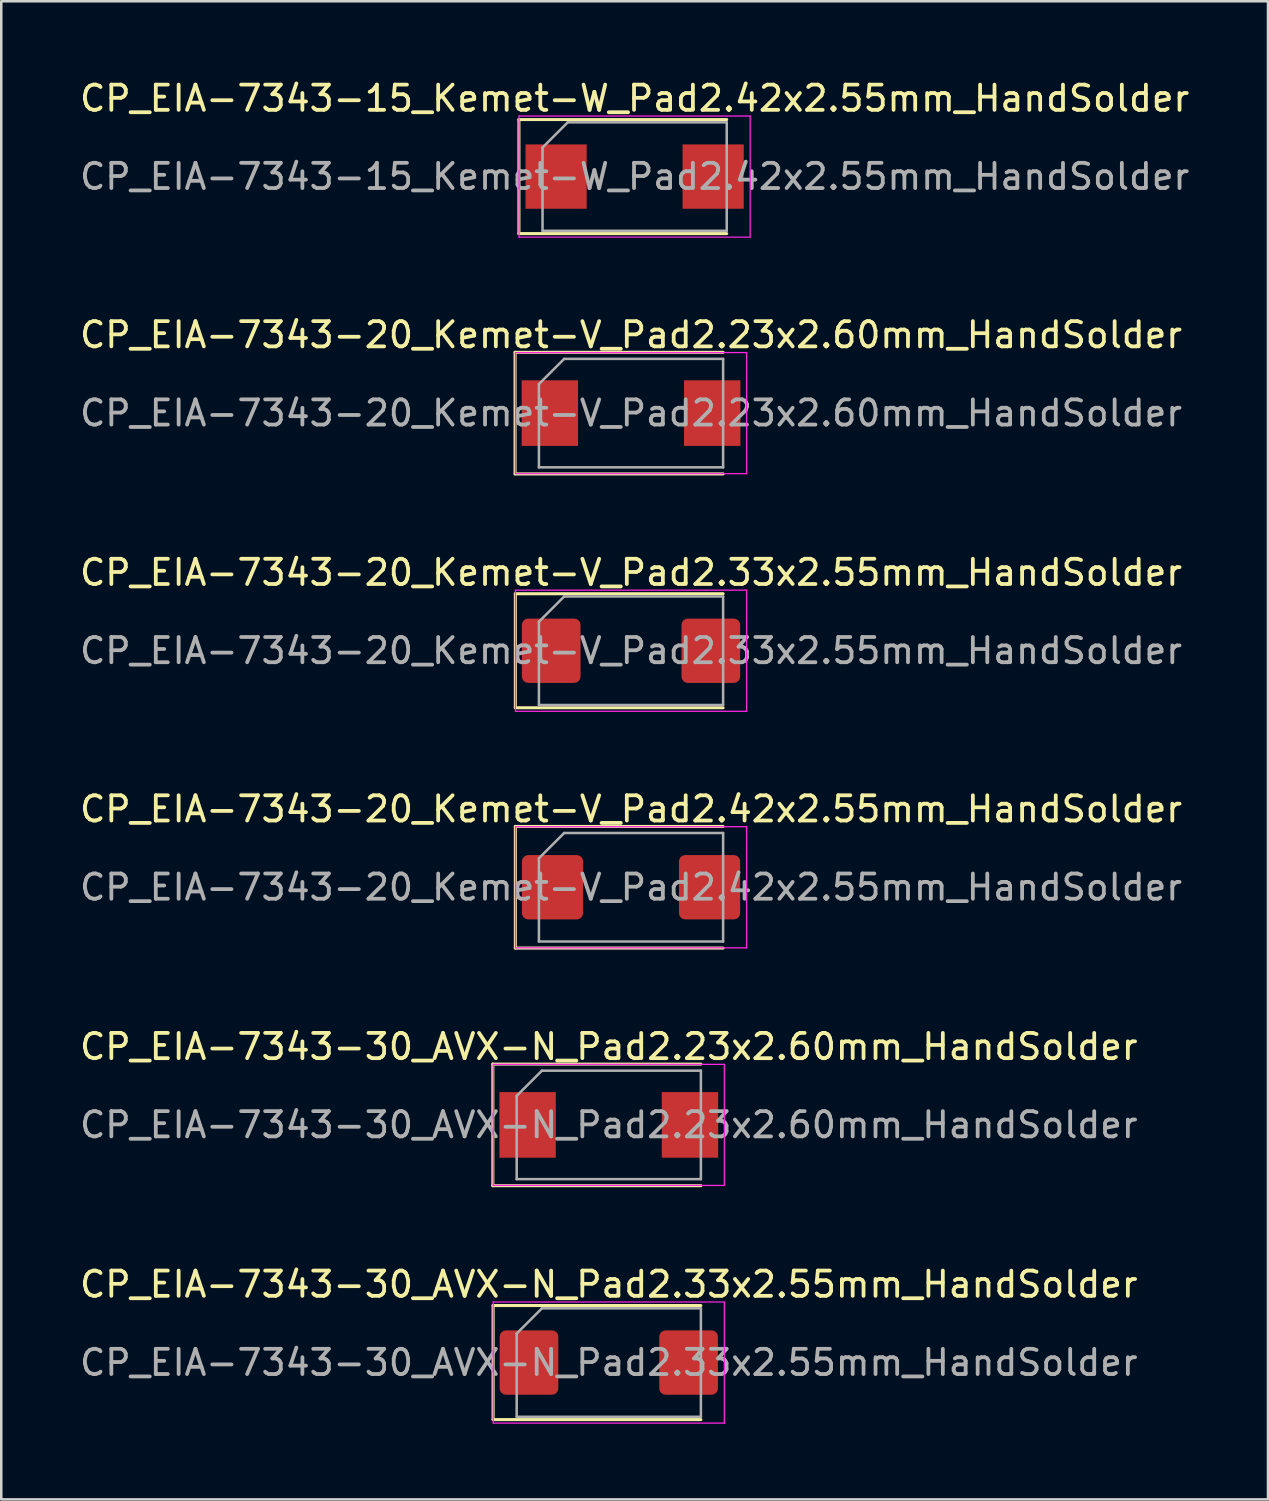
<source format=kicad_pcb>
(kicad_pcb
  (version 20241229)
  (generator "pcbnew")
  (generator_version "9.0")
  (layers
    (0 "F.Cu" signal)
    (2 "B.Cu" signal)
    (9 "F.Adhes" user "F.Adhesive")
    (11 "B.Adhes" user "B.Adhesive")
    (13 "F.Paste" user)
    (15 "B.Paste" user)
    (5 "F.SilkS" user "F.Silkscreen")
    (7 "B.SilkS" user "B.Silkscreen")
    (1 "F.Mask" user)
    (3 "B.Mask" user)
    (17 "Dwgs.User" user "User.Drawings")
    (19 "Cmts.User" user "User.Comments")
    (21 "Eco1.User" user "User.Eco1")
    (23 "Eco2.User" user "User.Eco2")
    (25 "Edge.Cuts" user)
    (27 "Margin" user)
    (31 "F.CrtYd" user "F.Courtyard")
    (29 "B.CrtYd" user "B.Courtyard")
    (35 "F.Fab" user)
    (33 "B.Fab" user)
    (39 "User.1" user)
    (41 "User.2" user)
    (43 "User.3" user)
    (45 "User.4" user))
  (footprint "CP_EIA-7343-20_Kemet-V_Pad2.33x2.55mm_HandSolder"
    (layer "F.Cu")
    (at 21.958 22.74)
    (property "Reference" "CP_EIA-7343-20_Kemet-V_Pad2.33x2.55mm_HandSolder" (at 0 -3.1 0) (layer "F.SilkS") (effects (font (size 1 1) (thickness 0.15))))
    (attr smd)
    (fp_line (start -4.585 -2.26) (end -4.585 2.26) (stroke (width 0.12) (type solid)) (layer "F.SilkS"))
    (fp_line (start -4.585 2.26) (end 3.65 2.26) (stroke (width 0.12) (type solid)) (layer "F.SilkS"))
    (fp_line (start 3.65 -2.26) (end -4.585 -2.26) (stroke (width 0.12) (type solid)) (layer "F.SilkS"))
    (fp_line (start -4.58 -2.4) (end 4.58 -2.4) (stroke (width 0.05) (type solid)) (layer "F.CrtYd"))
    (fp_line (start -4.58 2.4) (end -4.58 -2.4) (stroke (width 0.05) (type solid)) (layer "F.CrtYd"))
    (fp_line (start 4.58 -2.4) (end 4.58 2.4) (stroke (width 0.05) (type solid)) (layer "F.CrtYd"))
    (fp_line (start 4.58 2.4) (end -4.58 2.4) (stroke (width 0.05) (type solid)) (layer "F.CrtYd"))
    (fp_line (start -3.65 -1.15) (end -3.65 2.15) (stroke (width 0.1) (type solid)) (layer "F.Fab"))
    (fp_line (start -3.65 2.15) (end 3.65 2.15) (stroke (width 0.1) (type solid)) (layer "F.Fab"))
    (fp_line (start -2.65 -2.15) (end -3.65 -1.15) (stroke (width 0.1) (type solid)) (layer "F.Fab"))
    (fp_line (start 3.65 -2.15) (end -2.65 -2.15) (stroke (width 0.1) (type solid)) (layer "F.Fab"))
    (fp_line (start 3.65 2.15) (end 3.65 -2.15) (stroke (width 0.1) (type solid)) (layer "F.Fab"))
    (fp_text user "${REFERENCE}" (at 0 0 0) (layer "F.Fab") (effects (font (size 1 1) (thickness 0.15))))
    (pad "1" smd roundrect (at -3.163 0) (size 2.325 2.55) (layers "F.Cu" "F.Mask" "F.Paste") (roundrect_rratio 0.108))
    (pad "2" smd roundrect (at 3.163 0) (size 2.325 2.55) (layers "F.Cu" "F.Mask" "F.Paste") (roundrect_rratio 0.108)))
  (footprint "CP_EIA-7343-30_AVX-N_Pad2.23x2.60mm_HandSolder"
    (layer "F.Cu")
    (at 21.077 41.531)
    (property "Reference" "CP_EIA-7343-30_AVX-N_Pad2.23x2.60mm_HandSolder" (at 0 -3.1 0) (layer "F.SilkS") (effects (font (size 1 1) (thickness 0.15))))
    (attr smd)
    (fp_line (start -4.595 -2.41) (end -4.595 2.41) (stroke (width 0.12) (type solid)) (layer "F.SilkS"))
    (fp_line (start -4.595 2.41) (end 3.65 2.41) (stroke (width 0.12) (type solid)) (layer "F.SilkS"))
    (fp_line (start 3.65 -2.41) (end -4.595 -2.41) (stroke (width 0.12) (type solid)) (layer "F.SilkS"))
    (fp_line (start -4.58 -2.4) (end 4.58 -2.4) (stroke (width 0.05) (type solid)) (layer "F.CrtYd"))
    (fp_line (start -4.58 2.4) (end -4.58 -2.4) (stroke (width 0.05) (type solid)) (layer "F.CrtYd"))
    (fp_line (start 4.58 -2.4) (end 4.58 2.4) (stroke (width 0.05) (type solid)) (layer "F.CrtYd"))
    (fp_line (start 4.58 2.4) (end -4.58 2.4) (stroke (width 0.05) (type solid)) (layer "F.CrtYd"))
    (fp_line (start -3.65 -1.15) (end -3.65 2.15) (stroke (width 0.1) (type solid)) (layer "F.Fab"))
    (fp_line (start -3.65 2.15) (end 3.65 2.15) (stroke (width 0.1) (type solid)) (layer "F.Fab"))
    (fp_line (start -2.65 -2.15) (end -3.65 -1.15) (stroke (width 0.1) (type solid)) (layer "F.Fab"))
    (fp_line (start 3.65 -2.15) (end -2.65 -2.15) (stroke (width 0.1) (type solid)) (layer "F.Fab"))
    (fp_line (start 3.65 2.15) (end 3.65 -2.15) (stroke (width 0.1) (type solid)) (layer "F.Fab"))
    (fp_text user "${REFERENCE}" (at 0 0 0) (layer "F.Fab") (effects (font (size 1 1) (thickness 0.15))))
    (pad "1" smd rect (at -3.217 0) (size 2.235 2.6) (layers "F.Cu" "F.Mask" "F.Paste"))
    (pad "2" smd rect (at 3.217 0) (size 2.235 2.6) (layers "F.Cu" "F.Mask" "F.Paste")))
  (footprint "CP_EIA-7343-20_Kemet-V_Pad2.23x2.60mm_HandSolder"
    (layer "F.Cu")
    (at 21.958 13.322)
    (property "Reference" "CP_EIA-7343-20_Kemet-V_Pad2.23x2.60mm_HandSolder" (at 0 -3.1 0) (layer "F.SilkS") (effects (font (size 1 1) (thickness 0.15))))
    (attr smd)
    (fp_line (start -4.595 -2.41) (end -4.595 2.41) (stroke (width 0.12) (type solid)) (layer "F.SilkS"))
    (fp_line (start -4.595 2.41) (end 3.65 2.41) (stroke (width 0.12) (type solid)) (layer "F.SilkS"))
    (fp_line (start 3.65 -2.41) (end -4.595 -2.41) (stroke (width 0.12) (type solid)) (layer "F.SilkS"))
    (fp_line (start -4.58 -2.4) (end 4.58 -2.4) (stroke (width 0.05) (type solid)) (layer "F.CrtYd"))
    (fp_line (start -4.58 2.4) (end -4.58 -2.4) (stroke (width 0.05) (type solid)) (layer "F.CrtYd"))
    (fp_line (start 4.58 -2.4) (end 4.58 2.4) (stroke (width 0.05) (type solid)) (layer "F.CrtYd"))
    (fp_line (start 4.58 2.4) (end -4.58 2.4) (stroke (width 0.05) (type solid)) (layer "F.CrtYd"))
    (fp_line (start -3.65 -1.15) (end -3.65 2.15) (stroke (width 0.1) (type solid)) (layer "F.Fab"))
    (fp_line (start -3.65 2.15) (end 3.65 2.15) (stroke (width 0.1) (type solid)) (layer "F.Fab"))
    (fp_line (start -2.65 -2.15) (end -3.65 -1.15) (stroke (width 0.1) (type solid)) (layer "F.Fab"))
    (fp_line (start 3.65 -2.15) (end -2.65 -2.15) (stroke (width 0.1) (type solid)) (layer "F.Fab"))
    (fp_line (start 3.65 2.15) (end 3.65 -2.15) (stroke (width 0.1) (type solid)) (layer "F.Fab"))
    (fp_text user "${REFERENCE}" (at 0 0 0) (layer "F.Fab") (effects (font (size 1 1) (thickness 0.15))))
    (pad "1" smd rect (at -3.217 0) (size 2.235 2.6) (layers "F.Cu" "F.Mask" "F.Paste"))
    (pad "2" smd rect (at 3.217 0) (size 2.235 2.6) (layers "F.Cu" "F.Mask" "F.Paste")))
  (footprint "CP_EIA-7343-30_AVX-N_Pad2.33x2.55mm_HandSolder"
    (layer "F.Cu")
    (at 21.077 50.95)
    (property "Reference" "CP_EIA-7343-30_AVX-N_Pad2.33x2.55mm_HandSolder" (at 0 -3.1 0) (layer "F.SilkS") (effects (font (size 1 1) (thickness 0.15))))
    (attr smd)
    (fp_line (start -4.585 -2.26) (end -4.585 2.26) (stroke (width 0.12) (type solid)) (layer "F.SilkS"))
    (fp_line (start -4.585 2.26) (end 3.65 2.26) (stroke (width 0.12) (type solid)) (layer "F.SilkS"))
    (fp_line (start 3.65 -2.26) (end -4.585 -2.26) (stroke (width 0.12) (type solid)) (layer "F.SilkS"))
    (fp_line (start -4.58 -2.4) (end 4.58 -2.4) (stroke (width 0.05) (type solid)) (layer "F.CrtYd"))
    (fp_line (start -4.58 2.4) (end -4.58 -2.4) (stroke (width 0.05) (type solid)) (layer "F.CrtYd"))
    (fp_line (start 4.58 -2.4) (end 4.58 2.4) (stroke (width 0.05) (type solid)) (layer "F.CrtYd"))
    (fp_line (start 4.58 2.4) (end -4.58 2.4) (stroke (width 0.05) (type solid)) (layer "F.CrtYd"))
    (fp_line (start -3.65 -1.15) (end -3.65 2.15) (stroke (width 0.1) (type solid)) (layer "F.Fab"))
    (fp_line (start -3.65 2.15) (end 3.65 2.15) (stroke (width 0.1) (type solid)) (layer "F.Fab"))
    (fp_line (start -2.65 -2.15) (end -3.65 -1.15) (stroke (width 0.1) (type solid)) (layer "F.Fab"))
    (fp_line (start 3.65 -2.15) (end -2.65 -2.15) (stroke (width 0.1) (type solid)) (layer "F.Fab"))
    (fp_line (start 3.65 2.15) (end 3.65 -2.15) (stroke (width 0.1) (type solid)) (layer "F.Fab"))
    (fp_text user "${REFERENCE}" (at 0 0 0) (layer "F.Fab") (effects (font (size 1 1) (thickness 0.15))))
    (pad "1" smd roundrect (at -3.163 0) (size 2.325 2.55) (layers "F.Cu" "F.Mask" "F.Paste") (roundrect_rratio 0.108))
    (pad "2" smd roundrect (at 3.163 0) (size 2.325 2.55) (layers "F.Cu" "F.Mask" "F.Paste") (roundrect_rratio 0.108)))
  (footprint "CP_EIA-7343-15_Kemet-W_Pad2.42x2.55mm_HandSolder"
    (layer "F.Cu")
    (at 22.101 3.948)
    (property "Reference" "CP_EIA-7343-15_Kemet-W_Pad2.42x2.55mm_HandSolder" (at 0 -3.1 0) (layer "F.SilkS") (effects (font (size 1 1) (thickness 0.15))))
    (attr smd)
    (fp_line (start -4.585 -2.26) (end -4.585 2.26) (stroke (width 0.12) (type solid)) (layer "F.SilkS"))
    (fp_line (start -4.585 2.26) (end 3.65 2.26) (stroke (width 0.12) (type solid)) (layer "F.SilkS"))
    (fp_line (start 3.65 -2.26) (end -4.585 -2.26) (stroke (width 0.12) (type solid)) (layer "F.SilkS"))
    (fp_line (start -4.58 -2.4) (end 4.58 -2.4) (stroke (width 0.05) (type solid)) (layer "F.CrtYd"))
    (fp_line (start -4.58 2.4) (end -4.58 -2.4) (stroke (width 0.05) (type solid)) (layer "F.CrtYd"))
    (fp_line (start 4.58 -2.4) (end 4.58 2.4) (stroke (width 0.05) (type solid)) (layer "F.CrtYd"))
    (fp_line (start 4.58 2.4) (end -4.58 2.4) (stroke (width 0.05) (type solid)) (layer "F.CrtYd"))
    (fp_line (start -3.65 -1.15) (end -3.65 2.15) (stroke (width 0.1) (type solid)) (layer "F.Fab"))
    (fp_line (start -3.65 2.15) (end 3.65 2.15) (stroke (width 0.1) (type solid)) (layer "F.Fab"))
    (fp_line (start -2.65 -2.15) (end -3.65 -1.15) (stroke (width 0.1) (type solid)) (layer "F.Fab"))
    (fp_line (start 3.65 -2.15) (end -2.65 -2.15) (stroke (width 0.1) (type solid)) (layer "F.Fab"))
    (fp_line (start 3.65 2.15) (end 3.65 -2.15) (stroke (width 0.1) (type solid)) (layer "F.Fab"))
    (fp_text user "${REFERENCE}" (at 0 0 0) (layer "F.Fab") (effects (font (size 1 1) (thickness 0.15))))
    (pad "1" smd rect (at -3.112 0) (size 2.425 2.55) (layers "F.Cu" "F.Mask" "F.Paste"))
    (pad "2" smd rect (at 3.112 0) (size 2.425 2.55) (layers "F.Cu" "F.Mask" "F.Paste")))
  (footprint "CP_EIA-7343-20_Kemet-V_Pad2.42x2.55mm_HandSolder"
    (layer "F.Cu")
    (at 21.958 32.113)
    (property "Reference" "CP_EIA-7343-20_Kemet-V_Pad2.42x2.55mm_HandSolder" (at 0 -3.1 0) (layer "F.SilkS") (effects (font (size 1 1) (thickness 0.15))))
    (attr smd)
    (fp_line (start -4.585 -2.41) (end -4.585 2.41) (stroke (width 0.12) (type solid)) (layer "F.SilkS"))
    (fp_line (start -4.585 2.41) (end 3.65 2.41) (stroke (width 0.12) (type solid)) (layer "F.SilkS"))
    (fp_line (start 3.65 -2.41) (end -4.585 -2.41) (stroke (width 0.12) (type solid)) (layer "F.SilkS"))
    (fp_line (start -4.58 -2.4) (end 4.58 -2.4) (stroke (width 0.05) (type solid)) (layer "F.CrtYd"))
    (fp_line (start -4.58 2.4) (end -4.58 -2.4) (stroke (width 0.05) (type solid)) (layer "F.CrtYd"))
    (fp_line (start 4.58 -2.4) (end 4.58 2.4) (stroke (width 0.05) (type solid)) (layer "F.CrtYd"))
    (fp_line (start 4.58 2.4) (end -4.58 2.4) (stroke (width 0.05) (type solid)) (layer "F.CrtYd"))
    (fp_line (start -3.65 -1.15) (end -3.65 2.15) (stroke (width 0.1) (type solid)) (layer "F.Fab"))
    (fp_line (start -3.65 2.15) (end 3.65 2.15) (stroke (width 0.1) (type solid)) (layer "F.Fab"))
    (fp_line (start -2.65 -2.15) (end -3.65 -1.15) (stroke (width 0.1) (type solid)) (layer "F.Fab"))
    (fp_line (start 3.65 -2.15) (end -2.65 -2.15) (stroke (width 0.1) (type solid)) (layer "F.Fab"))
    (fp_line (start 3.65 2.15) (end 3.65 -2.15) (stroke (width 0.1) (type solid)) (layer "F.Fab"))
    (fp_text user "${REFERENCE}" (at 0 0 0) (layer "F.Fab") (effects (font (size 1 1) (thickness 0.15))))
    (pad "1" smd roundrect (at -3.112 0) (size 2.425 2.55) (layers "F.Cu" "F.Mask" "F.Paste") (roundrect_rratio 0.103))
    (pad "2" smd roundrect (at 3.112 0) (size 2.425 2.55) (layers "F.Cu" "F.Mask" "F.Paste") (roundrect_rratio 0.103)))
  (gr_rect
    (start -3 -3)
    (end 47.202 56.374)
    (stroke (width 0.1) (type default))
    (fill no)
    (layer "Edge.Cuts")))
</source>
